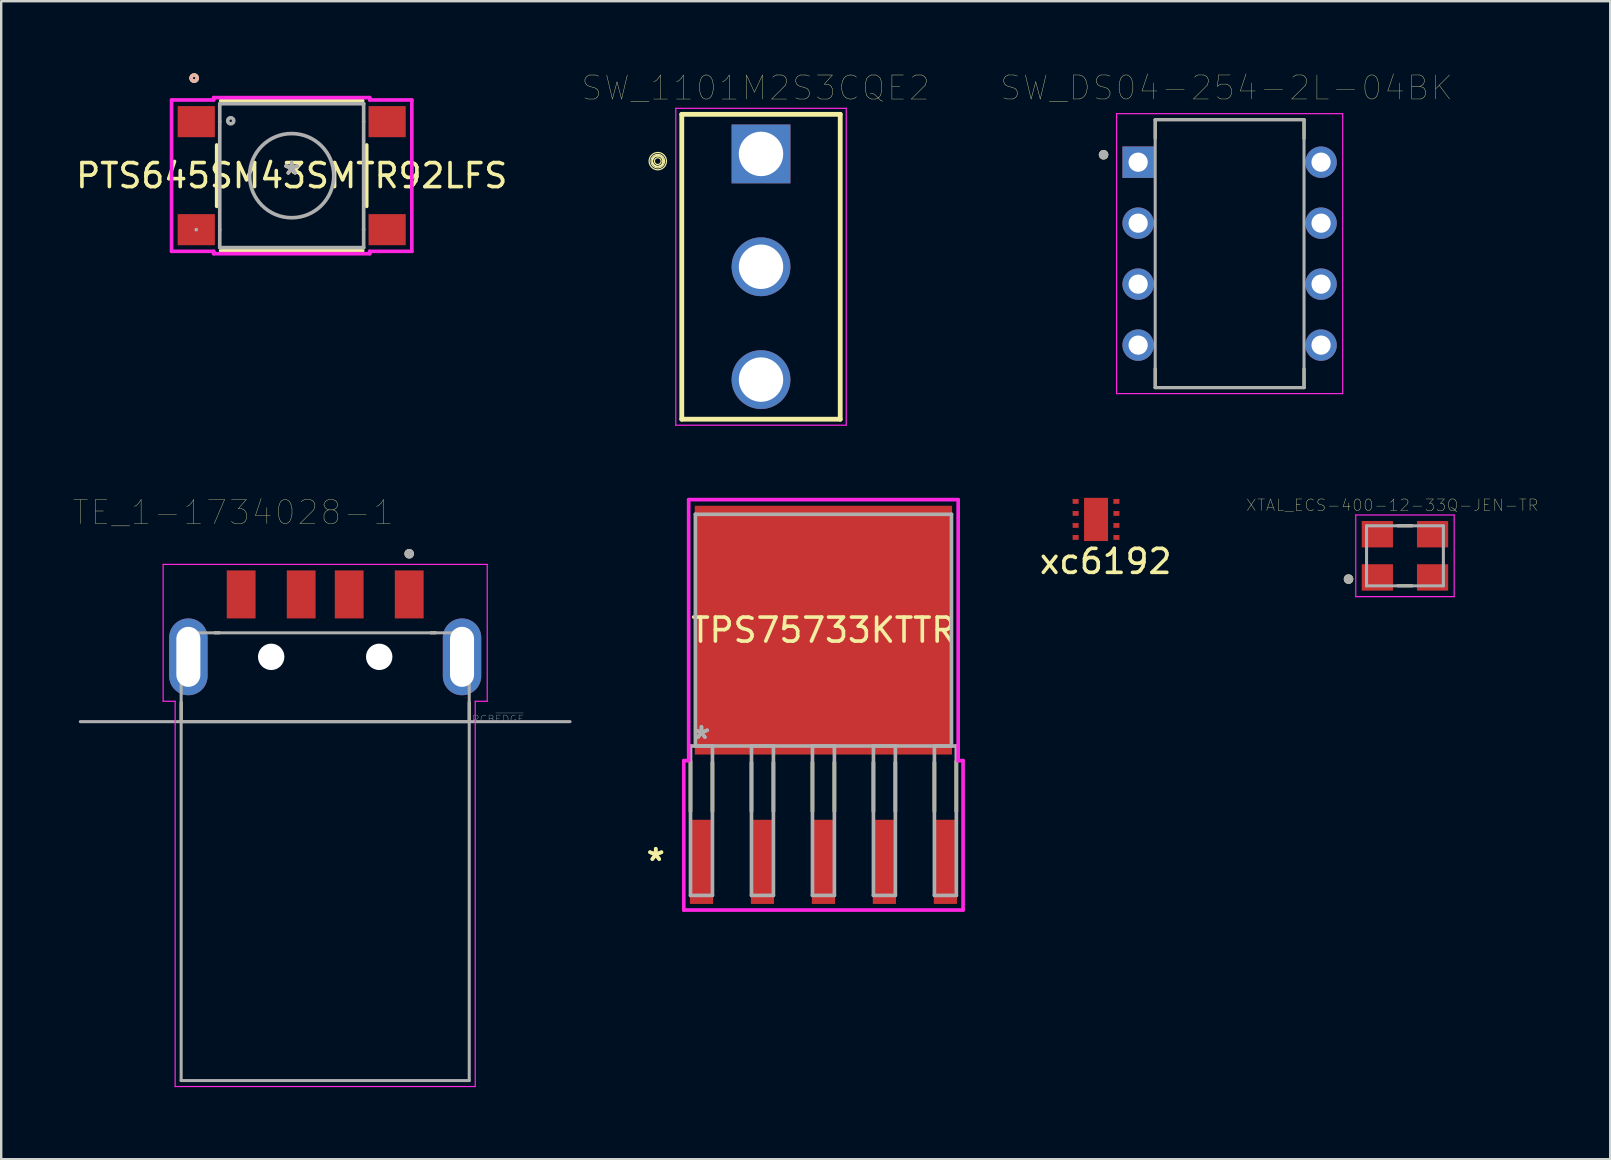
<source format=kicad_pcb>
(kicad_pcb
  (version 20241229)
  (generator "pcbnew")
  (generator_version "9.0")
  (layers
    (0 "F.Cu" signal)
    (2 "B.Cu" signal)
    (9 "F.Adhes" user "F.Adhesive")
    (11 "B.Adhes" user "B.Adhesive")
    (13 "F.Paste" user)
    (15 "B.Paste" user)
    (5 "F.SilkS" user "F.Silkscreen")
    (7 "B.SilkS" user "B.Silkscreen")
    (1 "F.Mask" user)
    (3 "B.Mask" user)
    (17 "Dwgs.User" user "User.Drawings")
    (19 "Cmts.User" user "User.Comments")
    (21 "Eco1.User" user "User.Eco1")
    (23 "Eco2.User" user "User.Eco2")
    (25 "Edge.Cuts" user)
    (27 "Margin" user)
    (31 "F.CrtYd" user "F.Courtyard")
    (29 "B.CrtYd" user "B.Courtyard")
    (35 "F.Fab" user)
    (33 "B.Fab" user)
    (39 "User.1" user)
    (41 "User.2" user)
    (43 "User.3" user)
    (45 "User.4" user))
  (footprint "TE_1-1734028-1"
    (layer "F.Cu")
    (at 10.496 24.311)
    (property "Reference" "TE_1-1734028-1" (at -3.835 -6.013 0) (layer "F.SilkS") (effects (font (size 1 1) (thickness 0.015))))
    (attr through_hole)
    (fp_line (start -6 1.9) (end -6 2.7) (stroke (width 0.127) (type solid)) (layer "F.SilkS"))
    (fp_line (start -4.6 -1) (end -4.4 -1) (stroke (width 0.127) (type solid)) (layer "F.SilkS"))
    (fp_line (start 4.6 -1) (end 4.4 -1) (stroke (width 0.127) (type solid)) (layer "F.SilkS"))
    (fp_line (start 6 2.7) (end 6 1.9) (stroke (width 0.127) (type solid)) (layer "F.SilkS"))
    (fp_circle (center 3.499 -4.294) (end 3.599 -4.294) (stroke (width 0.2) (type solid)) (fill no) (layer "F.SilkS"))
    (fp_line (start -6.75 -3.85) (end 6.75 -3.85) (stroke (width 0.05) (type solid)) (layer "F.CrtYd"))
    (fp_line (start -6.75 1.85) (end -6.75 -3.85) (stroke (width 0.05) (type solid)) (layer "F.CrtYd"))
    (fp_line (start -6.25 1.85) (end -6.75 1.85) (stroke (width 0.05) (type solid)) (layer "F.CrtYd"))
    (fp_line (start -6.25 1.85) (end -6.25 17.9) (stroke (width 0.05) (type solid)) (layer "F.CrtYd"))
    (fp_line (start 6.25 1.85) (end 6.25 17.9) (stroke (width 0.05) (type solid)) (layer "F.CrtYd"))
    (fp_line (start 6.25 17.9) (end -6.25 17.9) (stroke (width 0.05) (type solid)) (layer "F.CrtYd"))
    (fp_line (start 6.75 -3.85) (end 6.75 1.85) (stroke (width 0.05) (type solid)) (layer "F.CrtYd"))
    (fp_line (start 6.75 1.85) (end 6.25 1.85) (stroke (width 0.05) (type solid)) (layer "F.CrtYd"))
    (fp_line (start -10.2 2.7) (end -6 2.7) (stroke (width 0.127) (type solid)) (layer "F.Fab"))
    (fp_line (start -6 -1) (end 6 -1) (stroke (width 0.127) (type solid)) (layer "F.Fab"))
    (fp_line (start -6 2.7) (end -6 -1) (stroke (width 0.127) (type solid)) (layer "F.Fab"))
    (fp_line (start -6 2.7) (end 6 2.7) (stroke (width 0.127) (type solid)) (layer "F.Fab"))
    (fp_line (start -6 2.7) (end 6 2.7) (stroke (width 0.127) (type solid)) (layer "F.Fab"))
    (fp_line (start -6 17.65) (end -6 2.7) (stroke (width 0.127) (type solid)) (layer "F.Fab"))
    (fp_line (start 6 -1) (end 6 2.7) (stroke (width 0.127) (type solid)) (layer "F.Fab"))
    (fp_line (start 6 2.7) (end 6 17.65) (stroke (width 0.127) (type solid)) (layer "F.Fab"))
    (fp_line (start 6 2.7) (end 10.2 2.7) (stroke (width 0.127) (type solid)) (layer "F.Fab"))
    (fp_line (start 6 17.65) (end -6 17.65) (stroke (width 0.127) (type solid)) (layer "F.Fab"))
    (fp_circle (center 3.499 -4.294) (end 3.599 -4.294) (stroke (width 0.2) (type solid)) (fill no) (layer "F.Fab"))
    (fp_text user "PCB~{EDGE}" (at 7.2 2.6 0) (layer "F.Fab") (effects (font (size 0.32 0.32) (thickness 0.015))))
    (pad "" np_thru_hole circle (at -2.25 0) (size 1.1 1.1) (drill 1.1) (layers "*.Cu" "*.Mask"))
    (pad "" np_thru_hole circle (at 2.25 0) (size 1.1 1.1) (drill 1.1) (layers "*.Cu" "*.Mask"))
    (pad "1" smd rect (at 3.5 -2.6) (size 1.2 2) (layers "F.Cu" "F.Mask" "F.Paste"))
    (pad "2" smd rect (at 1 -2.6) (size 1.2 2) (layers "F.Cu" "F.Mask" "F.Paste"))
    (pad "3" smd rect (at -1 -2.6) (size 1.2 2) (layers "F.Cu" "F.Mask" "F.Paste"))
    (pad "4" smd rect (at -3.5 -2.6) (size 1.2 2) (layers "F.Cu" "F.Mask" "F.Paste"))
    (pad "S1" thru_hole oval (at -5.7 0) (size 1.6 3.2) (drill oval 1 2.5) (layers "*.Cu" "*.Mask"))
    (pad "S2" thru_hole oval (at 5.7 0) (size 1.6 3.2) (drill oval 1 2.5) (layers "*.Cu" "*.Mask")))
  (footprint "SW_DS04-254-2L-04BK"
    (layer "F.Cu")
    (at 48.17 7.516)
    (property "Reference" "SW_DS04-254-2L-04BK" (at -0.125 -6.905 0) (layer "F.SilkS") (effects (font (size 1 1) (thickness 0.015))))
    (attr through_hole)
    (fp_line (start -3.1 -5.58) (end -3.1 -4.79) (stroke (width 0.127) (type solid)) (layer "F.SilkS"))
    (fp_line (start -3.1 4.79) (end -3.1 5.58) (stroke (width 0.127) (type solid)) (layer "F.SilkS"))
    (fp_line (start -3.1 5.58) (end 3.1 5.58) (stroke (width 0.127) (type solid)) (layer "F.SilkS"))
    (fp_line (start 3.1 -5.58) (end -3.1 -5.58) (stroke (width 0.127) (type solid)) (layer "F.SilkS"))
    (fp_line (start 3.1 -4.79) (end 3.1 -5.58) (stroke (width 0.127) (type solid)) (layer "F.SilkS"))
    (fp_line (start 3.1 5.58) (end 3.1 4.79) (stroke (width 0.127) (type solid)) (layer "F.SilkS"))
    (fp_circle (center -5.25 -4.12) (end -5.15 -4.12) (stroke (width 0.2) (type solid)) (fill no) (layer "F.SilkS"))
    (fp_line (start -4.71 -5.83) (end 4.71 -5.83) (stroke (width 0.05) (type solid)) (layer "F.CrtYd"))
    (fp_line (start -4.71 5.83) (end -4.71 -5.83) (stroke (width 0.05) (type solid)) (layer "F.CrtYd"))
    (fp_line (start 4.71 -5.83) (end 4.71 5.83) (stroke (width 0.05) (type solid)) (layer "F.CrtYd"))
    (fp_line (start 4.71 5.83) (end -4.71 5.83) (stroke (width 0.05) (type solid)) (layer "F.CrtYd"))
    (fp_line (start -3.1 -5.58) (end -3.1 5.58) (stroke (width 0.127) (type solid)) (layer "F.Fab"))
    (fp_line (start -3.1 5.58) (end 3.1 5.58) (stroke (width 0.127) (type solid)) (layer "F.Fab"))
    (fp_line (start 3.1 -5.58) (end -3.1 -5.58) (stroke (width 0.127) (type solid)) (layer "F.Fab"))
    (fp_line (start 3.1 5.58) (end 3.1 -5.58) (stroke (width 0.127) (type solid)) (layer "F.Fab"))
    (fp_circle (center -5.25 -4.12) (end -5.15 -4.12) (stroke (width 0.2) (type solid)) (fill no) (layer "F.Fab"))
    (pad "1" thru_hole rect (at -3.81 -3.81) (size 1.308 1.308) (drill 0.8) (layers "*.Cu" "*.Mask"))
    (pad "2" thru_hole circle (at -3.81 -1.27) (size 1.308 1.308) (drill 0.8) (layers "*.Cu" "*.Mask"))
    (pad "3" thru_hole circle (at -3.81 1.27) (size 1.308 1.308) (drill 0.8) (layers "*.Cu" "*.Mask"))
    (pad "4" thru_hole circle (at -3.81 3.81) (size 1.308 1.308) (drill 0.8) (layers "*.Cu" "*.Mask"))
    (pad "5" thru_hole circle (at 3.81 3.81) (size 1.308 1.308) (drill 0.8) (layers "*.Cu" "*.Mask"))
    (pad "6" thru_hole circle (at 3.81 1.27) (size 1.308 1.308) (drill 0.8) (layers "*.Cu" "*.Mask"))
    (pad "7" thru_hole circle (at 3.81 -1.27) (size 1.308 1.308) (drill 0.8) (layers "*.Cu" "*.Mask"))
    (pad "8" thru_hole circle (at 3.81 -3.81) (size 1.308 1.308) (drill 0.8) (layers "*.Cu" "*.Mask")))
  (footprint "xc6192"
    (layer "F.Cu")
    (at 42.756 18.337)
    (property "Reference" "xc6192" (at 0.25 2 0) (layer "F.SilkS") (effects (font (size 1 1) (thickness 0.15))))
    (attr through_hole)
    (pad "1" smd rect (at -1 -0.5 270) (size 0.2 0.25) (layers "F.Cu" "F.Mask" "F.Paste"))
    (pad "2" smd rect (at -1 0 270) (size 0.2 0.25) (layers "F.Cu" "F.Mask" "F.Paste"))
    (pad "3" smd rect (at -1 0.5 270) (size 0.2 0.25) (layers "F.Cu" "F.Mask" "F.Paste"))
    (pad "4" smd rect (at -1 1 270) (size 0.2 0.25) (layers "F.Cu" "F.Mask" "F.Paste"))
    (pad "5" smd rect (at 0.7 1 90) (size 0.2 0.25) (layers "F.Cu" "F.Mask" "F.Paste"))
    (pad "6" smd rect (at 0.7 0.5 90) (size 0.2 0.25) (layers "F.Cu" "F.Mask" "F.Paste"))
    (pad "7" smd rect (at 0.7 0 90) (size 0.2 0.25) (layers "F.Cu" "F.Mask" "F.Paste"))
    (pad "8" smd rect (at 0.7 -0.5 90) (size 0.2 0.25) (layers "F.Cu" "F.Mask" "F.Paste"))
    (pad "PAD" smd rect (at -0.15 0.25 90) (size 1.8 1) (layers "F.Cu" "F.Mask" "F.Paste")))
  (footprint "PTS645SM43SMTR92LFS"
    (layer "F.Cu")
    (at 9.101 4.267)
    (property "Reference" "PTS645SM43SMTR92LFS" (at 0 0 0) (layer "F.SilkS") (effects (font (size 1 1) (thickness 0.15))))
    (attr through_hole)
    (fp_line (start -3.124 -1.278) (end -3.124 1.278) (stroke (width 0.152) (type solid)) (layer "F.SilkS"))
    (fp_line (start -2.957 3.124) (end 2.957 3.124) (stroke (width 0.152) (type solid)) (layer "F.SilkS"))
    (fp_line (start 2.957 -3.124) (end -2.957 -3.124) (stroke (width 0.152) (type solid)) (layer "F.SilkS"))
    (fp_line (start 3.124 1.278) (end 3.124 -1.278) (stroke (width 0.152) (type solid)) (layer "F.SilkS"))
    (fp_circle (center -4.064 -4.064) (end -3.937 -4.064) (stroke (width 0.152) (type solid)) (fill no) (layer "F.SilkS"))
    (fp_circle (center -4.064 -4.064) (end -3.937 -4.064) (stroke (width 0.152) (type solid)) (fill no) (layer "B.SilkS"))
    (fp_line (start -5.004 -3.152) (end -3.251 -3.152) (stroke (width 0.152) (type solid)) (layer "F.CrtYd"))
    (fp_line (start -5.004 3.152) (end -5.004 -3.152) (stroke (width 0.152) (type solid)) (layer "F.CrtYd"))
    (fp_line (start -3.251 -3.251) (end 3.251 -3.251) (stroke (width 0.152) (type solid)) (layer "F.CrtYd"))
    (fp_line (start -3.251 -3.152) (end -3.251 -3.251) (stroke (width 0.152) (type solid)) (layer "F.CrtYd"))
    (fp_line (start -3.251 3.152) (end -5.004 3.152) (stroke (width 0.152) (type solid)) (layer "F.CrtYd"))
    (fp_line (start -3.251 3.251) (end -3.251 3.152) (stroke (width 0.152) (type solid)) (layer "F.CrtYd"))
    (fp_line (start 3.251 -3.251) (end 3.251 -3.152) (stroke (width 0.152) (type solid)) (layer "F.CrtYd"))
    (fp_line (start 3.251 -3.152) (end 5.004 -3.152) (stroke (width 0.152) (type solid)) (layer "F.CrtYd"))
    (fp_line (start 3.251 3.152) (end 3.251 3.251) (stroke (width 0.152) (type solid)) (layer "F.CrtYd"))
    (fp_line (start 3.251 3.251) (end -3.251 3.251) (stroke (width 0.152) (type solid)) (layer "F.CrtYd"))
    (fp_line (start 5.004 -3.152) (end 5.004 3.152) (stroke (width 0.152) (type solid)) (layer "F.CrtYd"))
    (fp_line (start 5.004 3.152) (end 3.251 3.152) (stroke (width 0.152) (type solid)) (layer "F.CrtYd"))
    (fp_line (start -3.975 2.25) (end -3.975 2.25) (stroke (width 0.152) (type solid)) (layer "F.Fab"))
    (fp_line (start -2.997 -2.997) (end -2.997 2.997) (stroke (width 0.152) (type solid)) (layer "F.Fab"))
    (fp_line (start -2.997 -2.25) (end -2.997 -2.25) (stroke (width 0.152) (type solid)) (layer "F.Fab"))
    (fp_line (start -2.997 2.25) (end -2.997 2.25) (stroke (width 0.152) (type solid)) (layer "F.Fab"))
    (fp_line (start -2.997 2.997) (end 2.997 2.997) (stroke (width 0.152) (type solid)) (layer "F.Fab"))
    (fp_line (start 2.997 -2.997) (end -2.997 -2.997) (stroke (width 0.152) (type solid)) (layer "F.Fab"))
    (fp_line (start 2.997 -2.25) (end 2.997 -2.25) (stroke (width 0.152) (type solid)) (layer "F.Fab"))
    (fp_line (start 2.997 2.25) (end 2.997 2.25) (stroke (width 0.152) (type solid)) (layer "F.Fab"))
    (fp_line (start 2.997 2.997) (end 2.997 -2.997) (stroke (width 0.152) (type solid)) (layer "F.Fab"))
    (fp_circle (center -2.54 -2.286) (end -2.413 -2.286) (stroke (width 0.152) (type solid)) (fill no) (layer "F.Fab"))
    (fp_circle (center 0 0) (end 1.753 0) (stroke (width 0.152) (type solid)) (fill no) (layer "F.Fab"))
    (fp_text user "*" (at 0 0 0) (layer "F.SilkS") (effects (font (size 1 1) (thickness 0.15))))
    (fp_text user "Copyright 2016 Accelerated Designs. All rights reserved." (at 0 0 0) (layer "Cmts.User") (effects (font (size 0.127 0.127) (thickness 0.002))))
    (fp_text user "*" (at 0 0 0) (layer "F.Fab") (effects (font (size 1 1) (thickness 0.15))))
    (pad "1" smd rect (at -3.975 -2.25) (size 1.549 1.295) (layers "F.Cu" "F.Mask" "F.Paste"))
    (pad "2" smd rect (at 3.975 -2.25) (size 1.549 1.295) (layers "F.Cu" "F.Mask" "F.Paste"))
    (pad "3" smd rect (at -3.975 2.25) (size 1.549 1.295) (layers "F.Cu" "F.Mask" "F.Paste"))
    (pad "4" smd rect (at 3.975 2.25) (size 1.549 1.295) (layers "F.Cu" "F.Mask" "F.Paste")))
  (footprint "SW_1101M2S3CQE2"
    (layer "F.Cu")
    (at 28.65 8.062)
    (property "Reference" "SW_1101M2S3CQE2" (at -0.225 -7.449 0) (layer "F.SilkS") (effects (font (size 1.002 1.002) (thickness 0.015))))
    (attr through_hole)
    (fp_line (start -3.3 -6.35) (end 3.3 -6.35) (stroke (width 0.2) (type solid)) (layer "F.SilkS"))
    (fp_line (start -3.3 6.35) (end -3.3 -6.35) (stroke (width 0.2) (type solid)) (layer "F.SilkS"))
    (fp_line (start 3.3 -6.35) (end 3.3 6.35) (stroke (width 0.2) (type solid)) (layer "F.SilkS"))
    (fp_line (start 3.3 6.35) (end -3.3 6.35) (stroke (width 0.2) (type solid)) (layer "F.SilkS"))
    (fp_circle (center -4.3 -4.4) (end -4.159 -4.4) (stroke (width 0.05) (type solid)) (fill no) (layer "F.SilkS"))
    (fp_circle (center -4.3 -4.4) (end -4.076 -4.4) (stroke (width 0.05) (type solid)) (fill no) (layer "F.SilkS"))
    (fp_circle (center -4.3 -4.4) (end -4.076 -4.4) (stroke (width 0.05) (type solid)) (fill no) (layer "F.SilkS"))
    (fp_circle (center -4.3 -4.4) (end -4.076 -4.4) (stroke (width 0.05) (type solid)) (fill no) (layer "F.SilkS"))
    (fp_circle (center -4.3 -4.4) (end -4.017 -4.4) (stroke (width 0.05) (type solid)) (fill no) (layer "F.SilkS"))
    (fp_circle (center -4.3 -4.4) (end -3.939 -4.4) (stroke (width 0.05) (type solid)) (fill no) (layer "F.SilkS"))
    (fp_line (start -3.55 -6.6) (end 3.55 -6.6) (stroke (width 0.05) (type solid)) (layer "F.CrtYd"))
    (fp_line (start -3.55 6.6) (end -3.55 -6.6) (stroke (width 0.05) (type solid)) (layer "F.CrtYd"))
    (fp_line (start 3.55 -6.6) (end 3.55 6.6) (stroke (width 0.05) (type solid)) (layer "F.CrtYd"))
    (fp_line (start 3.55 6.6) (end -3.55 6.6) (stroke (width 0.05) (type solid)) (layer "F.CrtYd"))
    (pad "1" thru_hole rect (at 0 -4.7) (size 2.45 2.45) (drill 1.85) (layers "*.Cu" "*.Mask"))
    (pad "2" thru_hole circle (at 0 0) (size 2.45 2.45) (drill 1.85) (layers "*.Cu" "*.Mask"))
    (pad "3" thru_hole circle (at 0 4.7) (size 2.45 2.45) (drill 1.85) (layers "*.Cu" "*.Mask")))
  (footprint "XTAL_ECS-400-12-33Q-JEN-TR"
    (layer "F.Cu")
    (at 55.474 20.103)
    (property "Reference" "XTAL_ECS-400-12-33Q-JEN-TR" (at -0.527 -2.109 0) (layer "F.SilkS") (effects (font (size 0.481 0.481) (thickness 0.015))))
    (attr through_hole)
    (fp_line (start -0.3 1.25) (end 0.3 1.25) (stroke (width 0.127) (type solid)) (layer "F.SilkS"))
    (fp_line (start 0.3 -1.25) (end -0.3 -1.25) (stroke (width 0.127) (type solid)) (layer "F.SilkS"))
    (fp_circle (center -2.35 0.97) (end -2.25 0.97) (stroke (width 0.2) (type solid)) (fill no) (layer "F.SilkS"))
    (fp_line (start -2.05 -1.7) (end -2.05 1.7) (stroke (width 0.05) (type solid)) (layer "F.CrtYd"))
    (fp_line (start -2.05 1.7) (end 2.05 1.7) (stroke (width 0.05) (type solid)) (layer "F.CrtYd"))
    (fp_line (start 2.05 -1.7) (end -2.05 -1.7) (stroke (width 0.05) (type solid)) (layer "F.CrtYd"))
    (fp_line (start 2.05 1.7) (end 2.05 -1.7) (stroke (width 0.05) (type solid)) (layer "F.CrtYd"))
    (fp_line (start -1.6 -1.25) (end -1.6 1.25) (stroke (width 0.127) (type solid)) (layer "F.Fab"))
    (fp_line (start -1.6 1.25) (end 1.6 1.25) (stroke (width 0.127) (type solid)) (layer "F.Fab"))
    (fp_line (start 1.6 -1.25) (end -1.6 -1.25) (stroke (width 0.127) (type solid)) (layer "F.Fab"))
    (fp_line (start 1.6 1.25) (end 1.6 -1.25) (stroke (width 0.127) (type solid)) (layer "F.Fab"))
    (fp_circle (center -2.35 0.97) (end -2.25 0.97) (stroke (width 0.2) (type solid)) (fill no) (layer "F.Fab"))
    (pad "1" smd rect (at -1.15 0.9) (size 1.3 1.1) (layers "F.Cu" "F.Mask" "F.Paste"))
    (pad "2" smd rect (at 1.15 0.9) (size 1.3 1.1) (layers "F.Cu" "F.Mask" "F.Paste"))
    (pad "3" smd rect (at 1.15 -0.9) (size 1.3 1.1) (layers "F.Cu" "F.Mask" "F.Paste"))
    (pad "4" smd rect (at -1.15 -0.9) (size 1.3 1.1) (layers "F.Cu" "F.Mask" "F.Paste")))
  (footprint "TPS75733KTTR"
    (layer "F.Cu")
    (at 31.25 23.199)
    (property "Reference" "TPS75733KTTR" (at 0 0 0) (layer "F.SilkS") (effects (font (size 1 1) (thickness 0.15))))
    (attr through_hole)
    (fp_line (start -5.537 5.463) (end -5.537 7.544) (stroke (width 0.152) (type solid)) (layer "F.SilkS"))
    (fp_line (start -4.623 5.514) (end -4.623 7.544) (stroke (width 0.152) (type solid)) (layer "F.SilkS"))
    (fp_line (start -2.997 5.514) (end -2.997 7.544) (stroke (width 0.152) (type solid)) (layer "F.SilkS"))
    (fp_line (start -2.083 5.514) (end -2.083 7.544) (stroke (width 0.152) (type solid)) (layer "F.SilkS"))
    (fp_line (start -0.457 5.514) (end -0.457 7.544) (stroke (width 0.152) (type solid)) (layer "F.SilkS"))
    (fp_line (start 0.457 5.514) (end 0.457 7.544) (stroke (width 0.152) (type solid)) (layer "F.SilkS"))
    (fp_line (start 2.083 5.514) (end 2.083 7.544) (stroke (width 0.152) (type solid)) (layer "F.SilkS"))
    (fp_line (start 2.997 5.514) (end 2.997 7.544) (stroke (width 0.152) (type solid)) (layer "F.SilkS"))
    (fp_line (start 4.623 5.514) (end 4.623 7.544) (stroke (width 0.152) (type solid)) (layer "F.SilkS"))
    (fp_line (start 5.537 5.463) (end 5.537 7.544) (stroke (width 0.152) (type solid)) (layer "F.SilkS"))
    (fp_line (start -5.817 5.436) (end -5.613 5.436) (stroke (width 0.152) (type solid)) (layer "F.CrtYd"))
    (fp_line (start -5.817 11.659) (end -5.817 5.436) (stroke (width 0.152) (type solid)) (layer "F.CrtYd"))
    (fp_line (start -5.613 -5.436) (end 5.613 -5.436) (stroke (width 0.152) (type solid)) (layer "F.CrtYd"))
    (fp_line (start -5.613 5.436) (end -5.613 -5.436) (stroke (width 0.152) (type solid)) (layer "F.CrtYd"))
    (fp_line (start 5.613 -5.436) (end 5.613 5.436) (stroke (width 0.152) (type solid)) (layer "F.CrtYd"))
    (fp_line (start 5.613 5.436) (end 5.817 5.436) (stroke (width 0.152) (type solid)) (layer "F.CrtYd"))
    (fp_line (start 5.817 5.436) (end 5.817 11.659) (stroke (width 0.152) (type solid)) (layer "F.CrtYd"))
    (fp_line (start 5.817 11.659) (end -5.817 11.659) (stroke (width 0.152) (type solid)) (layer "F.CrtYd"))
    (fp_line (start -5.537 4.826) (end -5.537 11.049) (stroke (width 0.152) (type solid)) (layer "F.Fab"))
    (fp_line (start -5.537 11.049) (end -4.623 11.049) (stroke (width 0.152) (type solid)) (layer "F.Fab"))
    (fp_line (start -5.334 -4.826) (end -5.334 4.826) (stroke (width 0.152) (type solid)) (layer "F.Fab"))
    (fp_line (start -5.334 4.826) (end 5.334 4.826) (stroke (width 0.152) (type solid)) (layer "F.Fab"))
    (fp_line (start -4.623 4.826) (end -5.537 4.826) (stroke (width 0.152) (type solid)) (layer "F.Fab"))
    (fp_line (start -4.623 11.049) (end -4.623 4.826) (stroke (width 0.152) (type solid)) (layer "F.Fab"))
    (fp_line (start -2.997 4.826) (end -2.997 11.049) (stroke (width 0.152) (type solid)) (layer "F.Fab"))
    (fp_line (start -2.997 11.049) (end -2.083 11.049) (stroke (width 0.152) (type solid)) (layer "F.Fab"))
    (fp_line (start -2.083 4.826) (end -2.997 4.826) (stroke (width 0.152) (type solid)) (layer "F.Fab"))
    (fp_line (start -2.083 11.049) (end -2.083 4.826) (stroke (width 0.152) (type solid)) (layer "F.Fab"))
    (fp_line (start -0.457 4.826) (end -0.457 11.049) (stroke (width 0.152) (type solid)) (layer "F.Fab"))
    (fp_line (start -0.457 11.049) (end 0.457 11.049) (stroke (width 0.152) (type solid)) (layer "F.Fab"))
    (fp_line (start 0.457 4.826) (end -0.457 4.826) (stroke (width 0.152) (type solid)) (layer "F.Fab"))
    (fp_line (start 0.457 11.049) (end 0.457 4.826) (stroke (width 0.152) (type solid)) (layer "F.Fab"))
    (fp_line (start 2.083 4.826) (end 2.083 11.049) (stroke (width 0.152) (type solid)) (layer "F.Fab"))
    (fp_line (start 2.083 11.049) (end 2.997 11.049) (stroke (width 0.152) (type solid)) (layer "F.Fab"))
    (fp_line (start 2.997 4.826) (end 2.083 4.826) (stroke (width 0.152) (type solid)) (layer "F.Fab"))
    (fp_line (start 2.997 11.049) (end 2.997 4.826) (stroke (width 0.152) (type solid)) (layer "F.Fab"))
    (fp_line (start 4.623 4.826) (end 4.623 11.049) (stroke (width 0.152) (type solid)) (layer "F.Fab"))
    (fp_line (start 4.623 11.049) (end 5.537 11.049) (stroke (width 0.152) (type solid)) (layer "F.Fab"))
    (fp_line (start 5.334 -4.826) (end -5.334 -4.826) (stroke (width 0.152) (type solid)) (layer "F.Fab"))
    (fp_line (start 5.334 4.826) (end 5.334 -4.826) (stroke (width 0.152) (type solid)) (layer "F.Fab"))
    (fp_line (start 5.537 4.826) (end 4.623 4.826) (stroke (width 0.152) (type solid)) (layer "F.Fab"))
    (fp_line (start 5.537 11.049) (end 5.537 4.826) (stroke (width 0.152) (type solid)) (layer "F.Fab"))
    (fp_text user "*" (at -6.985 9.652 0) (layer "F.SilkS") (effects (font (size 1 1) (thickness 0.15))))
    (fp_text user "*" (at -6.985 9.652 0) (layer "F.SilkS") (effects (font (size 1 1) (thickness 0.15))))
    (fp_text user "Copyright 2016 Accelerated Designs. All rights reserved." (at 0 0 0) (layer "Cmts.User") (effects (font (size 0.127 0.127) (thickness 0.002))))
    (fp_text user "*" (at -5.08 4.572 0) (layer "F.Fab") (effects (font (size 1 1) (thickness 0.15))))
    (fp_text user "*" (at -5.08 4.572 0) (layer "F.Fab") (effects (font (size 1 1) (thickness 0.15))))
    (pad "1" smd rect (at -5.08 9.652) (size 0.965 3.505) (layers "F.Cu" "F.Mask" "F.Paste"))
    (pad "2" smd rect (at -2.54 9.652) (size 0.965 3.505) (layers "F.Cu" "F.Mask" "F.Paste"))
    (pad "3" smd rect (at 0 9.652) (size 0.965 3.505) (layers "F.Cu" "F.Mask" "F.Paste"))
    (pad "4" smd rect (at 2.54 9.652) (size 0.965 3.505) (layers "F.Cu" "F.Mask" "F.Paste"))
    (pad "5" smd rect (at 5.08 9.652) (size 0.965 3.505) (layers "F.Cu" "F.Mask" "F.Paste"))
    (pad "6" smd rect (at 0 0) (size 10.719 10.363) (layers "F.Cu" "F.Mask" "F.Paste")))
  (gr_rect
    (start -3 -3)
    (end 64.024 45.236)
    (stroke (width 0.1) (type default))
    (fill no)
    (layer "Edge.Cuts")))
</source>
